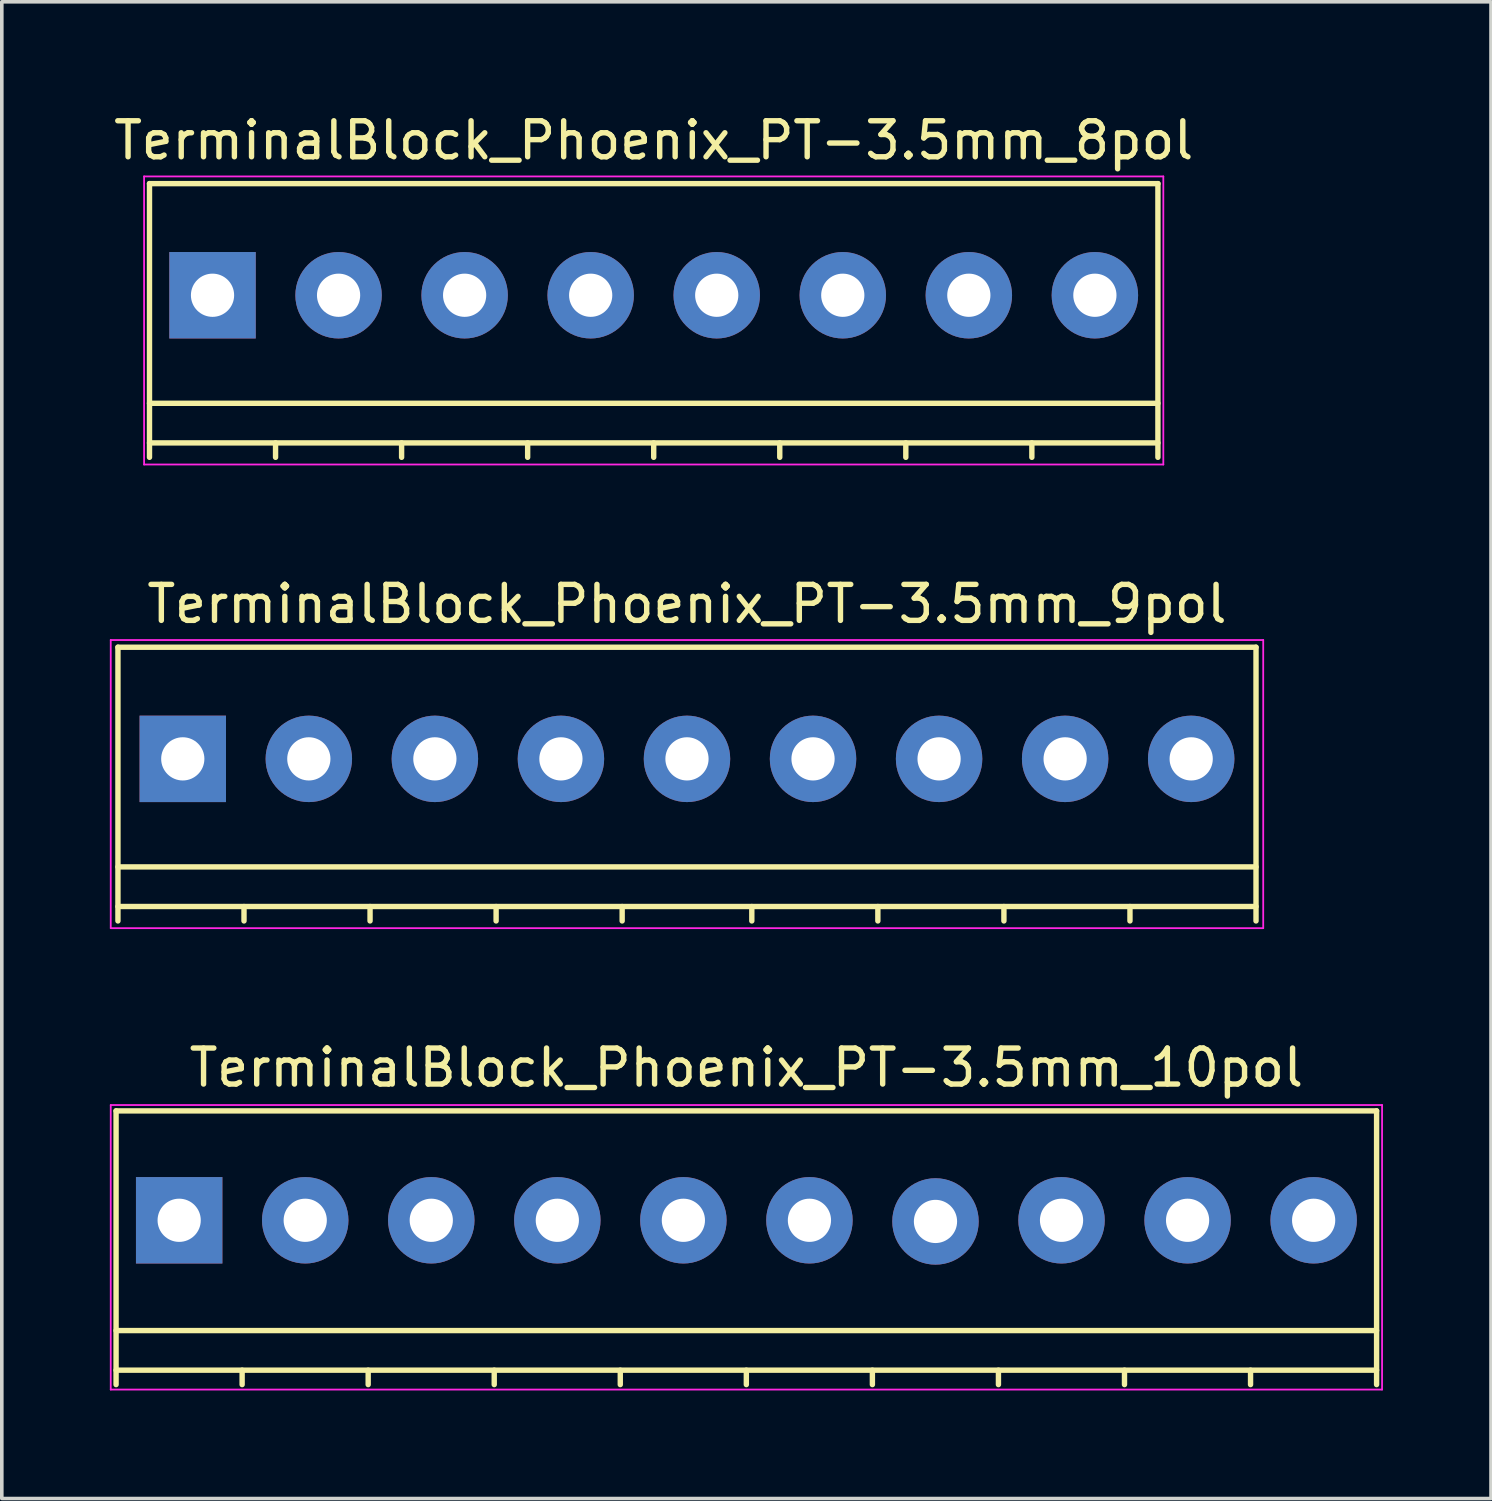
<source format=kicad_pcb>
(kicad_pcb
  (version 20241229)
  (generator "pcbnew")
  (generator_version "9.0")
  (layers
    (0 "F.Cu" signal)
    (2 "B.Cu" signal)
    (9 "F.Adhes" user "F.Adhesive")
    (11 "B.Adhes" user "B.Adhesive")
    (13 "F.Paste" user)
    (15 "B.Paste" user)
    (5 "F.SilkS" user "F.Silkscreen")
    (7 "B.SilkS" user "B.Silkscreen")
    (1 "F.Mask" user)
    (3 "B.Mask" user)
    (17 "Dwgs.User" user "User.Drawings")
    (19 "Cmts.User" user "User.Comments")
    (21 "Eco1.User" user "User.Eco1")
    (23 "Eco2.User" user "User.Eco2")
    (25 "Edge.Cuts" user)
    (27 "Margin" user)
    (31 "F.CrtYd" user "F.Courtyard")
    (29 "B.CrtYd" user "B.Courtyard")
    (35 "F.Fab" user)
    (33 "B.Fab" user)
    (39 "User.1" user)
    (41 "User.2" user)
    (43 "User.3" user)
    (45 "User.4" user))
  (footprint "TerminalBlock_Phoenix_PT-3.5mm_8pol"
    (layer "F.Cu")
    (at 2.851 5.148)
    (property "Reference" "TerminalBlock_Phoenix_PT-3.5mm_8pol" (at 12.25 -4.3 0) (layer "F.SilkS") (effects (font (size 1 1) (thickness 0.15))))
    (attr through_hole)
    (fp_line (start -1.75 -3.1) (end -1.75 4.5) (stroke (width 0.15) (type solid)) (layer "F.SilkS"))
    (fp_line (start -1.75 3) (end 26.25 3) (stroke (width 0.15) (type solid)) (layer "F.SilkS"))
    (fp_line (start -1.75 4.1) (end 26.25 4.1) (stroke (width 0.15) (type solid)) (layer "F.SilkS"))
    (fp_line (start 1.75 4.1) (end 1.75 4.5) (stroke (width 0.15) (type solid)) (layer "F.SilkS"))
    (fp_line (start 5.25 4.1) (end 5.25 4.5) (stroke (width 0.15) (type solid)) (layer "F.SilkS"))
    (fp_line (start 8.75 4.1) (end 8.75 4.5) (stroke (width 0.15) (type solid)) (layer "F.SilkS"))
    (fp_line (start 12.25 4.1) (end 12.25 4.5) (stroke (width 0.15) (type solid)) (layer "F.SilkS"))
    (fp_line (start 15.75 4.1) (end 15.75 4.5) (stroke (width 0.15) (type solid)) (layer "F.SilkS"))
    (fp_line (start 19.25 4.1) (end 19.25 4.5) (stroke (width 0.15) (type solid)) (layer "F.SilkS"))
    (fp_line (start 22.75 4.1) (end 22.75 4.5) (stroke (width 0.15) (type solid)) (layer "F.SilkS"))
    (fp_line (start 26.25 -3.1) (end -1.75 -3.1) (stroke (width 0.15) (type solid)) (layer "F.SilkS"))
    (fp_line (start 26.25 4.5) (end 26.25 -3.1) (stroke (width 0.15) (type solid)) (layer "F.SilkS"))
    (fp_line (start -1.9 -3.3) (end 26.4 -3.3) (stroke (width 0.05) (type solid)) (layer "F.CrtYd"))
    (fp_line (start -1.9 4.7) (end -1.9 -3.3) (stroke (width 0.05) (type solid)) (layer "F.CrtYd"))
    (fp_line (start 26.4 -3.3) (end 26.4 4.7) (stroke (width 0.05) (type solid)) (layer "F.CrtYd"))
    (fp_line (start 26.4 4.7) (end -1.9 4.7) (stroke (width 0.05) (type solid)) (layer "F.CrtYd"))
    (pad "1" thru_hole rect (at 0 0) (size 2.4 2.4) (drill 1.2) (layers "*.Cu" "*.Mask"))
    (pad "2" thru_hole circle (at 3.5 0) (size 2.4 2.4) (drill 1.2) (layers "*.Cu" "*.Mask"))
    (pad "3" thru_hole circle (at 7 0) (size 2.4 2.4) (drill 1.2) (layers "*.Cu" "*.Mask"))
    (pad "4" thru_hole circle (at 10.5 0) (size 2.4 2.4) (drill 1.2) (layers "*.Cu" "*.Mask"))
    (pad "5" thru_hole circle (at 14 0) (size 2.4 2.4) (drill 1.2) (layers "*.Cu" "*.Mask"))
    (pad "6" thru_hole circle (at 17.5 0) (size 2.4 2.4) (drill 1.2) (layers "*.Cu" "*.Mask"))
    (pad "7" thru_hole circle (at 21 0) (size 2.4 2.4) (drill 1.2) (layers "*.Cu" "*.Mask"))
    (pad "8" thru_hole circle (at 24.5 0) (size 2.4 2.4) (drill 1.2) (layers "*.Cu" "*.Mask")))
  (footprint "TerminalBlock_Phoenix_PT-3.5mm_9pol"
    (layer "F.Cu")
    (at 2.025 18.021)
    (property "Reference" "TerminalBlock_Phoenix_PT-3.5mm_9pol" (at 14 -4.3 0) (layer "F.SilkS") (effects (font (size 1 1) (thickness 0.15))))
    (attr through_hole)
    (fp_line (start -1.8 -3.1) (end -1.8 4.5) (stroke (width 0.15) (type solid)) (layer "F.SilkS"))
    (fp_line (start -1.8 3) (end 29.8 3) (stroke (width 0.15) (type solid)) (layer "F.SilkS"))
    (fp_line (start -1.8 4.1) (end 29.8 4.1) (stroke (width 0.15) (type solid)) (layer "F.SilkS"))
    (fp_line (start 1.7 4.1) (end 1.7 4.5) (stroke (width 0.15) (type solid)) (layer "F.SilkS"))
    (fp_line (start 5.2 4.1) (end 5.2 4.5) (stroke (width 0.15) (type solid)) (layer "F.SilkS"))
    (fp_line (start 8.7 4.1) (end 8.7 4.5) (stroke (width 0.15) (type solid)) (layer "F.SilkS"))
    (fp_line (start 12.2 4.1) (end 12.2 4.5) (stroke (width 0.15) (type solid)) (layer "F.SilkS"))
    (fp_line (start 15.8 4.1) (end 15.8 4.5) (stroke (width 0.15) (type solid)) (layer "F.SilkS"))
    (fp_line (start 19.3 4.1) (end 19.3 4.5) (stroke (width 0.15) (type solid)) (layer "F.SilkS"))
    (fp_line (start 22.8 4.1) (end 22.8 4.5) (stroke (width 0.15) (type solid)) (layer "F.SilkS"))
    (fp_line (start 26.3 4.1) (end 26.3 4.5) (stroke (width 0.15) (type solid)) (layer "F.SilkS"))
    (fp_line (start 29.8 -3.1) (end -1.8 -3.1) (stroke (width 0.15) (type solid)) (layer "F.SilkS"))
    (fp_line (start 29.8 4.5) (end 29.8 -3.1) (stroke (width 0.15) (type solid)) (layer "F.SilkS"))
    (fp_line (start -2 -3.3) (end 30 -3.3) (stroke (width 0.05) (type solid)) (layer "F.CrtYd"))
    (fp_line (start -2 4.7) (end -2 -3.3) (stroke (width 0.05) (type solid)) (layer "F.CrtYd"))
    (fp_line (start 30 -3.3) (end 30 4.7) (stroke (width 0.05) (type solid)) (layer "F.CrtYd"))
    (fp_line (start 30 4.7) (end -2 4.7) (stroke (width 0.05) (type solid)) (layer "F.CrtYd"))
    (pad "1" thru_hole rect (at 0 0) (size 2.4 2.4) (drill 1.2) (layers "*.Cu" "*.Mask"))
    (pad "2" thru_hole circle (at 3.5 0) (size 2.4 2.4) (drill 1.2) (layers "*.Cu" "*.Mask"))
    (pad "3" thru_hole circle (at 7 0) (size 2.4 2.4) (drill 1.2) (layers "*.Cu" "*.Mask"))
    (pad "4" thru_hole circle (at 10.5 0) (size 2.4 2.4) (drill 1.2) (layers "*.Cu" "*.Mask"))
    (pad "5" thru_hole circle (at 14 0) (size 2.4 2.4) (drill 1.2) (layers "*.Cu" "*.Mask"))
    (pad "6" thru_hole circle (at 17.5 0) (size 2.4 2.4) (drill 1.2) (layers "*.Cu" "*.Mask"))
    (pad "7" thru_hole circle (at 21 0) (size 2.4 2.4) (drill 1.2) (layers "*.Cu" "*.Mask"))
    (pad "8" thru_hole circle (at 24.5 0) (size 2.4 2.4) (drill 1.2) (layers "*.Cu" "*.Mask"))
    (pad "9" thru_hole circle (at 28 0) (size 2.4 2.4) (drill 1.2) (layers "*.Cu" "*.Mask")))
  (footprint "TerminalBlock_Phoenix_PT-3.5mm_10pol"
    (layer "F.Cu")
    (at 1.925 30.833)
    (property "Reference" "TerminalBlock_Phoenix_PT-3.5mm_10pol" (at 15.748 -4.238 0) (layer "F.SilkS") (effects (font (size 1 1) (thickness 0.15))))
    (attr through_hole)
    (fp_line (start -1.752 -3.038) (end -1.752 4.562) (stroke (width 0.15) (type solid)) (layer "F.SilkS"))
    (fp_line (start -1.752 3.062) (end 33.248 3.062) (stroke (width 0.15) (type solid)) (layer "F.SilkS"))
    (fp_line (start -1.752 4.162) (end 33.248 4.162) (stroke (width 0.15) (type solid)) (layer "F.SilkS"))
    (fp_line (start 1.748 4.162) (end 1.748 4.562) (stroke (width 0.15) (type solid)) (layer "F.SilkS"))
    (fp_line (start 5.248 4.162) (end 5.248 4.562) (stroke (width 0.15) (type solid)) (layer "F.SilkS"))
    (fp_line (start 8.748 4.162) (end 8.748 4.562) (stroke (width 0.15) (type solid)) (layer "F.SilkS"))
    (fp_line (start 12.248 4.162) (end 12.248 4.562) (stroke (width 0.15) (type solid)) (layer "F.SilkS"))
    (fp_line (start 15.748 4.162) (end 15.748 4.562) (stroke (width 0.15) (type solid)) (layer "F.SilkS"))
    (fp_line (start 19.248 4.162) (end 19.248 4.562) (stroke (width 0.15) (type solid)) (layer "F.SilkS"))
    (fp_line (start 22.748 4.162) (end 22.748 4.562) (stroke (width 0.15) (type solid)) (layer "F.SilkS"))
    (fp_line (start 26.248 4.162) (end 26.248 4.562) (stroke (width 0.15) (type solid)) (layer "F.SilkS"))
    (fp_line (start 29.748 4.162) (end 29.748 4.562) (stroke (width 0.15) (type solid)) (layer "F.SilkS"))
    (fp_line (start 33.248 -3.038) (end -1.752 -3.038) (stroke (width 0.15) (type solid)) (layer "F.SilkS"))
    (fp_line (start 33.248 4.562) (end 33.248 -3.038) (stroke (width 0.15) (type solid)) (layer "F.SilkS"))
    (fp_line (start -1.9 -3.2) (end 33.4 -3.2) (stroke (width 0.05) (type solid)) (layer "F.CrtYd"))
    (fp_line (start -1.9 4.7) (end -1.9 -3.2) (stroke (width 0.05) (type solid)) (layer "F.CrtYd"))
    (fp_line (start 33.4 -3.2) (end 33.4 4.7) (stroke (width 0.05) (type solid)) (layer "F.CrtYd"))
    (fp_line (start 33.4 4.7) (end -1.9 4.7) (stroke (width 0.05) (type solid)) (layer "F.CrtYd"))
    (pad "1" thru_hole rect (at 0 0 180) (size 2.4 2.4) (drill 1.2) (layers "*.Cu" "*.Mask"))
    (pad "2" thru_hole circle (at 3.5 0 180) (size 2.4 2.4) (drill 1.2) (layers "*.Cu" "*.Mask"))
    (pad "3" thru_hole circle (at 7 0 180) (size 2.4 2.4) (drill 1.2) (layers "*.Cu" "*.Mask"))
    (pad "4" thru_hole circle (at 10.5 0 180) (size 2.4 2.4) (drill 1.2) (layers "*.Cu" "*.Mask"))
    (pad "5" thru_hole circle (at 14 0 180) (size 2.4 2.4) (drill 1.2) (layers "*.Cu" "*.Mask"))
    (pad "6" thru_hole circle (at 17.5 0 180) (size 2.4 2.4) (drill 1.2) (layers "*.Cu" "*.Mask"))
    (pad "7" thru_hole circle (at 21 0.032 180) (size 2.4 2.4) (drill 1.2) (layers "*.Cu" "*.Mask"))
    (pad "8" thru_hole circle (at 24.5 0 180) (size 2.4 2.4) (drill 1.2) (layers "*.Cu" "*.Mask"))
    (pad "9" thru_hole circle (at 28 0 180) (size 2.4 2.4) (drill 1.2) (layers "*.Cu" "*.Mask"))
    (pad "10" thru_hole circle (at 31.5 0 180) (size 2.4 2.4) (drill 1.2) (layers "*.Cu" "*.Mask")))
  (gr_rect
    (start -3 -3)
    (end 38.35 38.558)
    (stroke (width 0.1) (type default))
    (fill no)
    (layer "Edge.Cuts")))
</source>
